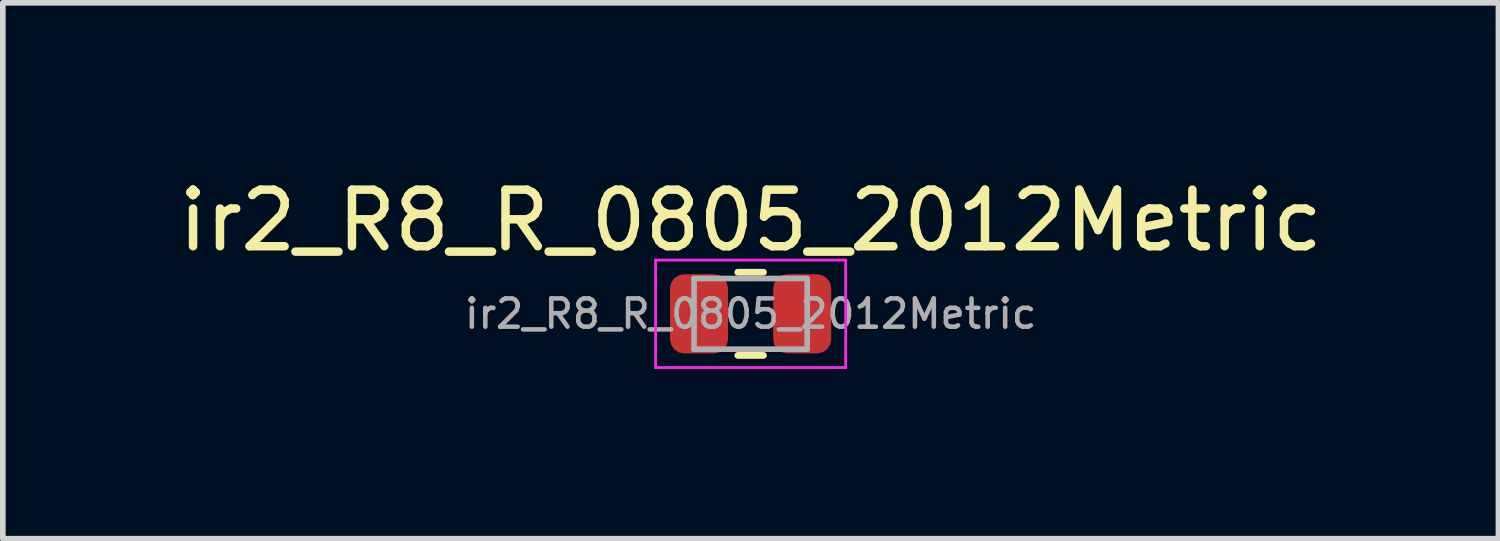
<source format=kicad_pcb>
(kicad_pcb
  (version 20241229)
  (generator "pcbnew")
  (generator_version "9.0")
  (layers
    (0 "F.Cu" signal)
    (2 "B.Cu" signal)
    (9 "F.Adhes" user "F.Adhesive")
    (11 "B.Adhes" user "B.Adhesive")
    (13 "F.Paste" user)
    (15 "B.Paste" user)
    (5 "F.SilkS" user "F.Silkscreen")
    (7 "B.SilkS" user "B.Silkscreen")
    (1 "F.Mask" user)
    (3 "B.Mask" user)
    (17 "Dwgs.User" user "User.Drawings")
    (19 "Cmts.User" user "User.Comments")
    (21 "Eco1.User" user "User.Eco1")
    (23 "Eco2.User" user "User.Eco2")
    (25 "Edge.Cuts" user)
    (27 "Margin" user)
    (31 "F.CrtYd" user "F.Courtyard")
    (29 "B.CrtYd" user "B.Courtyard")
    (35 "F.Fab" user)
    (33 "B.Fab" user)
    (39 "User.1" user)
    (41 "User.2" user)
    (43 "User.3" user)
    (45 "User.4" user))
  (footprint "ir2_R8_R_0805_2012Metric"
    (layer "F.Cu")
    (at 10.22 2.498)
    (property "Reference" "ir2_R8_R_0805_2012Metric" (at 0 -1.65 0) (layer "F.SilkS") (effects (font (size 1 1) (thickness 0.15))))
    (attr smd)
    (fp_line (start -0.227 -0.735) (end 0.227 -0.735) (stroke (width 0.12) (type solid)) (layer "F.SilkS"))
    (fp_line (start -0.227 0.735) (end 0.227 0.735) (stroke (width 0.12) (type solid)) (layer "F.SilkS"))
    (fp_line (start -1.68 -0.95) (end 1.68 -0.95) (stroke (width 0.05) (type solid)) (layer "F.CrtYd"))
    (fp_line (start -1.68 0.95) (end -1.68 -0.95) (stroke (width 0.05) (type solid)) (layer "F.CrtYd"))
    (fp_line (start 1.68 -0.95) (end 1.68 0.95) (stroke (width 0.05) (type solid)) (layer "F.CrtYd"))
    (fp_line (start 1.68 0.95) (end -1.68 0.95) (stroke (width 0.05) (type solid)) (layer "F.CrtYd"))
    (fp_line (start -1 -0.625) (end 1 -0.625) (stroke (width 0.1) (type solid)) (layer "F.Fab"))
    (fp_line (start -1 0.625) (end -1 -0.625) (stroke (width 0.1) (type solid)) (layer "F.Fab"))
    (fp_line (start 1 -0.625) (end 1 0.625) (stroke (width 0.1) (type solid)) (layer "F.Fab"))
    (fp_line (start 1 0.625) (end -1 0.625) (stroke (width 0.1) (type solid)) (layer "F.Fab"))
    (fp_text user "${REFERENCE}" (at 0 0 0) (layer "F.Fab") (effects (font (size 0.5 0.5) (thickness 0.08))))
    (pad "1" smd roundrect (at -0.912 0) (size 1.025 1.4) (layers "F.Cu" "F.Mask" "F.Paste") (roundrect_rratio 0.244))
    (pad "2" smd roundrect (at 0.912 0) (size 1.025 1.4) (layers "F.Cu" "F.Mask" "F.Paste") (roundrect_rratio 0.244)))
  (gr_rect
    (start -3 -3)
    (end 23.44 6.473)
    (stroke (width 0.1) (type default))
    (fill no)
    (layer "Edge.Cuts")))
</source>
